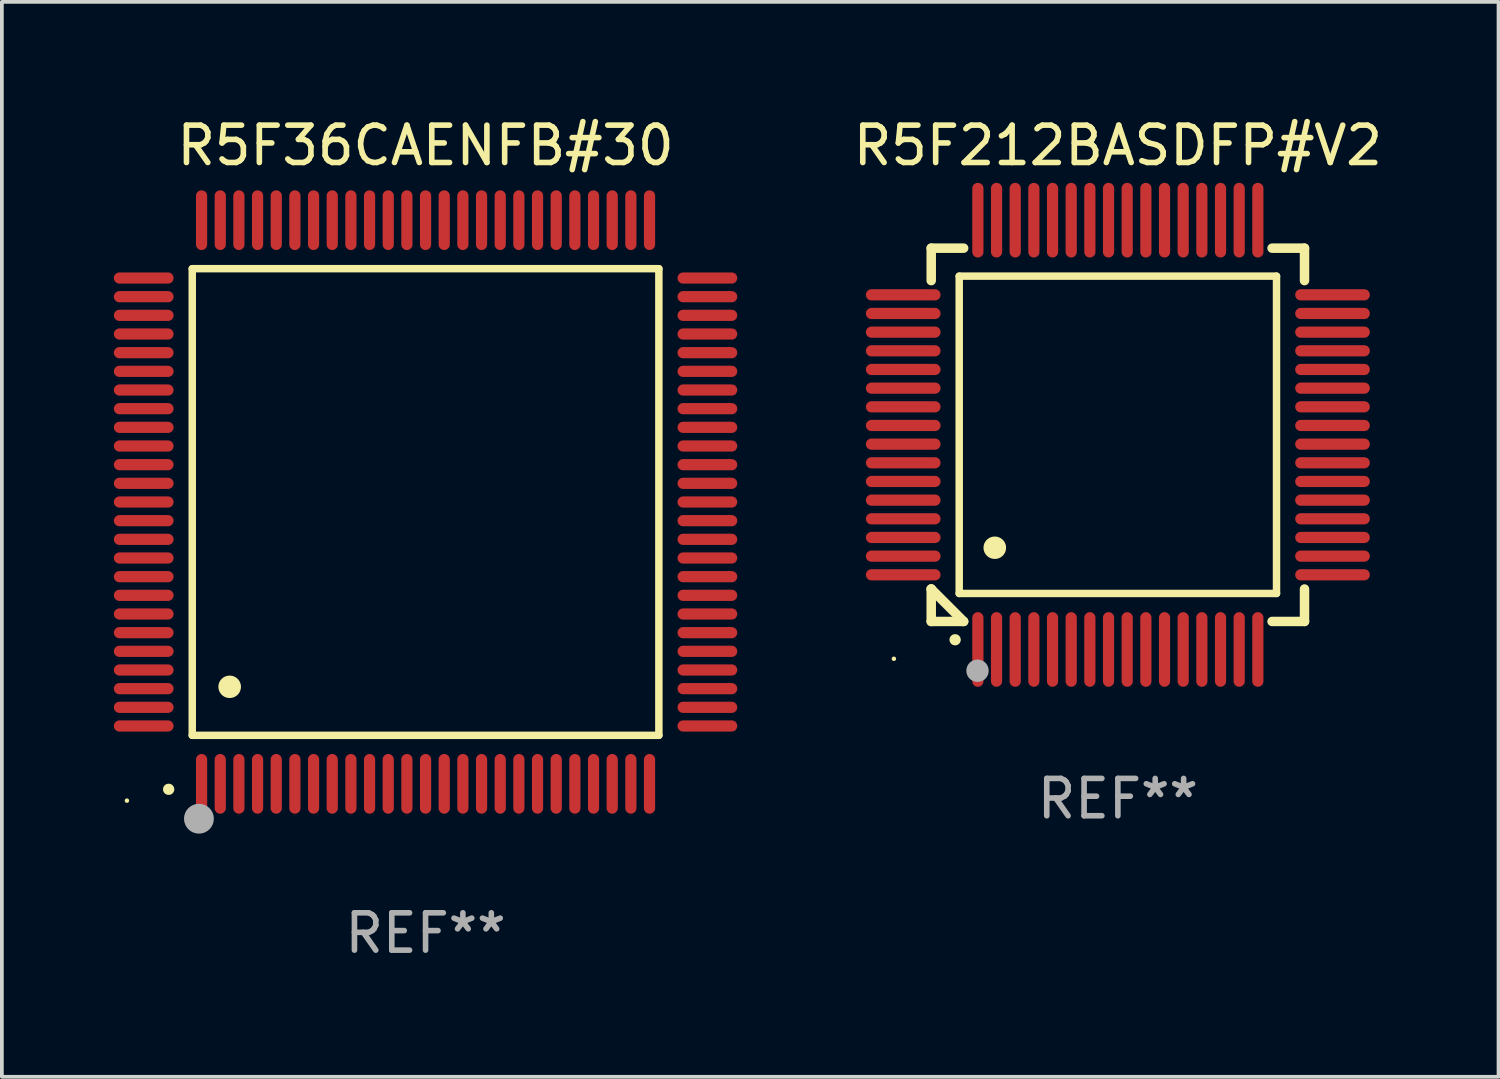
<source format=kicad_pcb>
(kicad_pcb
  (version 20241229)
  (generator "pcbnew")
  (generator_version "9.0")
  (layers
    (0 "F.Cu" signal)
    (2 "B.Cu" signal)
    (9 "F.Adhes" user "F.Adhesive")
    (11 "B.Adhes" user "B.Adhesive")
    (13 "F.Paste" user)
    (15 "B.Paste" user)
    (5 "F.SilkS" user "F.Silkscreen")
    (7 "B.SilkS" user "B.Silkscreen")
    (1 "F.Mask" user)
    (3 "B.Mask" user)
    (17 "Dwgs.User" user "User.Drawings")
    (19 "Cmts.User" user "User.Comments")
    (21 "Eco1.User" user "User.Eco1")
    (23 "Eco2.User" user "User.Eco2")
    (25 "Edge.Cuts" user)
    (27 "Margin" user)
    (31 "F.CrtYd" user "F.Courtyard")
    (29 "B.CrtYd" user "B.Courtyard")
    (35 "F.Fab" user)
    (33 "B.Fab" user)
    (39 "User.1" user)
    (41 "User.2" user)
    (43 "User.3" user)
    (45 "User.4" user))
  (footprint "R5F212BASDFP#V2"
    (layer "F.Cu")
    (at 26.896 8.598)
    (property "Reference" "R5F212BASDFP#V2" (at 0 -7.75 0) (layer "F.SilkS") (effects (font (size 1 1) (thickness 0.15))))
    (attr through_hole)
    (fp_line (start -5 -5) (end -4.131 -5) (stroke (width 0.254) (type solid)) (layer "F.SilkS"))
    (fp_line (start -5 -4.131) (end -5 -5) (stroke (width 0.254) (type solid)) (layer "F.SilkS"))
    (fp_line (start -5 4.131) (end -5 4.131) (stroke (width 0.254) (type solid)) (layer "F.SilkS"))
    (fp_line (start -5 5) (end -5 4.131) (stroke (width 0.254) (type solid)) (layer "F.SilkS"))
    (fp_line (start -5 4.131) (end -4.131 5) (stroke (width 0.254) (type solid)) (layer "F.SilkS"))
    (fp_line (start -4.25 -4.25) (end -4.25 4.25) (stroke (width 0.2) (type solid)) (layer "F.SilkS"))
    (fp_line (start -4.25 4.25) (end 4.25 4.25) (stroke (width 0.2) (type solid)) (layer "F.SilkS"))
    (fp_line (start -4.131 5) (end -5 5) (stroke (width 0.254) (type solid)) (layer "F.SilkS"))
    (fp_line (start 4.25 -4.25) (end -4.25 -4.25) (stroke (width 0.2) (type solid)) (layer "F.SilkS"))
    (fp_line (start 4.25 4.25) (end 4.25 -4.25) (stroke (width 0.2) (type solid)) (layer "F.SilkS"))
    (fp_line (start 5 -5) (end 4.131 -5) (stroke (width 0.254) (type solid)) (layer "F.SilkS"))
    (fp_line (start 5 -5) (end 5 -4.131) (stroke (width 0.254) (type solid)) (layer "F.SilkS"))
    (fp_line (start 5 4.131) (end 5 5) (stroke (width 0.254) (type solid)) (layer "F.SilkS"))
    (fp_line (start 5 5) (end 4.131 5) (stroke (width 0.254) (type solid)) (layer "F.SilkS"))
    (fp_arc (start -4.361265 5.489992) (mid -4.359995 5.489987) (end -4.358725 5.489992) (stroke (width 0.3) (type solid)) (layer "F.SilkS"))
    (fp_arc (start -3.299467 3.025146) (mid -3.296927 3.025135) (end -3.294387 3.025146) (stroke (width 0.6) (type solid)) (layer "F.SilkS"))
    (fp_circle (center -6 6) (end -5.97 6) (stroke (width 0.06) (type solid)) (fill no) (layer "F.SilkS"))
    (fp_circle (center -3.76 6.32) (end -3.61 6.32) (stroke (width 0.3) (type solid)) (fill no) (layer "F.Fab"))
    (fp_text user "REF**" (at 0 9.75 0) (layer "F.Fab") (effects (font (size 1 1) (thickness 0.15))))
    (pad "1" smd oval (at -3.75 5.75) (size 0.3 2) (layers "F.Cu" "F.Mask" "F.Paste"))
    (pad "2" smd oval (at -3.25 5.75) (size 0.3 2) (layers "F.Cu" "F.Mask" "F.Paste"))
    (pad "3" smd oval (at -2.75 5.75) (size 0.3 2) (layers "F.Cu" "F.Mask" "F.Paste"))
    (pad "4" smd oval (at -2.25 5.75) (size 0.3 2) (layers "F.Cu" "F.Mask" "F.Paste"))
    (pad "5" smd oval (at -1.75 5.75) (size 0.3 2) (layers "F.Cu" "F.Mask" "F.Paste"))
    (pad "6" smd oval (at -1.25 5.75) (size 0.3 2) (layers "F.Cu" "F.Mask" "F.Paste"))
    (pad "7" smd oval (at -0.75 5.75) (size 0.3 2) (layers "F.Cu" "F.Mask" "F.Paste"))
    (pad "8" smd oval (at -0.25 5.75) (size 0.3 2) (layers "F.Cu" "F.Mask" "F.Paste"))
    (pad "9" smd oval (at 0.25 5.75) (size 0.3 2) (layers "F.Cu" "F.Mask" "F.Paste"))
    (pad "10" smd oval (at 0.75 5.75) (size 0.3 2) (layers "F.Cu" "F.Mask" "F.Paste"))
    (pad "11" smd oval (at 1.25 5.75) (size 0.3 2) (layers "F.Cu" "F.Mask" "F.Paste"))
    (pad "12" smd oval (at 1.75 5.75) (size 0.3 2) (layers "F.Cu" "F.Mask" "F.Paste"))
    (pad "13" smd oval (at 2.25 5.75) (size 0.3 2) (layers "F.Cu" "F.Mask" "F.Paste"))
    (pad "14" smd oval (at 2.75 5.75) (size 0.3 2) (layers "F.Cu" "F.Mask" "F.Paste"))
    (pad "15" smd oval (at 3.25 5.75) (size 0.3 2) (layers "F.Cu" "F.Mask" "F.Paste"))
    (pad "16" smd oval (at 3.75 5.75) (size 0.3 2) (layers "F.Cu" "F.Mask" "F.Paste"))
    (pad "17" smd oval (at 5.75 3.75) (size 2 0.3) (layers "F.Cu" "F.Mask" "F.Paste"))
    (pad "18" smd oval (at 5.75 3.25) (size 2 0.3) (layers "F.Cu" "F.Mask" "F.Paste"))
    (pad "19" smd oval (at 5.75 2.75) (size 2 0.3) (layers "F.Cu" "F.Mask" "F.Paste"))
    (pad "20" smd oval (at 5.75 2.25) (size 2 0.3) (layers "F.Cu" "F.Mask" "F.Paste"))
    (pad "21" smd oval (at 5.75 1.75) (size 2 0.3) (layers "F.Cu" "F.Mask" "F.Paste"))
    (pad "22" smd oval (at 5.75 1.25) (size 2 0.3) (layers "F.Cu" "F.Mask" "F.Paste"))
    (pad "23" smd oval (at 5.75 0.75) (size 2 0.3) (layers "F.Cu" "F.Mask" "F.Paste"))
    (pad "24" smd oval (at 5.75 0.25) (size 2 0.3) (layers "F.Cu" "F.Mask" "F.Paste"))
    (pad "25" smd oval (at 5.75 -0.25) (size 2 0.3) (layers "F.Cu" "F.Mask" "F.Paste"))
    (pad "26" smd oval (at 5.75 -0.75) (size 2 0.3) (layers "F.Cu" "F.Mask" "F.Paste"))
    (pad "27" smd oval (at 5.75 -1.25) (size 2 0.3) (layers "F.Cu" "F.Mask" "F.Paste"))
    (pad "28" smd oval (at 5.75 -1.75) (size 2 0.3) (layers "F.Cu" "F.Mask" "F.Paste"))
    (pad "29" smd oval (at 5.75 -2.25) (size 2 0.3) (layers "F.Cu" "F.Mask" "F.Paste"))
    (pad "30" smd oval (at 5.75 -2.75) (size 2 0.3) (layers "F.Cu" "F.Mask" "F.Paste"))
    (pad "31" smd oval (at 5.75 -3.25) (size 2 0.3) (layers "F.Cu" "F.Mask" "F.Paste"))
    (pad "32" smd oval (at 5.75 -3.75) (size 2 0.3) (layers "F.Cu" "F.Mask" "F.Paste"))
    (pad "33" smd oval (at 3.75 -5.75) (size 0.3 2) (layers "F.Cu" "F.Mask" "F.Paste"))
    (pad "34" smd oval (at 3.25 -5.75) (size 0.3 2) (layers "F.Cu" "F.Mask" "F.Paste"))
    (pad "35" smd oval (at 2.75 -5.75) (size 0.3 2) (layers "F.Cu" "F.Mask" "F.Paste"))
    (pad "36" smd oval (at 2.25 -5.75) (size 0.3 2) (layers "F.Cu" "F.Mask" "F.Paste"))
    (pad "37" smd oval (at 1.75 -5.75) (size 0.3 2) (layers "F.Cu" "F.Mask" "F.Paste"))
    (pad "38" smd oval (at 1.25 -5.75) (size 0.3 2) (layers "F.Cu" "F.Mask" "F.Paste"))
    (pad "39" smd oval (at 0.75 -5.75) (size 0.3 2) (layers "F.Cu" "F.Mask" "F.Paste"))
    (pad "40" smd oval (at 0.25 -5.75) (size 0.3 2) (layers "F.Cu" "F.Mask" "F.Paste"))
    (pad "41" smd oval (at -0.25 -5.75) (size 0.3 2) (layers "F.Cu" "F.Mask" "F.Paste"))
    (pad "42" smd oval (at -0.75 -5.75) (size 0.3 2) (layers "F.Cu" "F.Mask" "F.Paste"))
    (pad "43" smd oval (at -1.25 -5.75) (size 0.3 2) (layers "F.Cu" "F.Mask" "F.Paste"))
    (pad "44" smd oval (at -1.75 -5.75) (size 0.3 2) (layers "F.Cu" "F.Mask" "F.Paste"))
    (pad "45" smd oval (at -2.25 -5.75) (size 0.3 2) (layers "F.Cu" "F.Mask" "F.Paste"))
    (pad "46" smd oval (at -2.75 -5.75) (size 0.3 2) (layers "F.Cu" "F.Mask" "F.Paste"))
    (pad "47" smd oval (at -3.25 -5.75) (size 0.3 2) (layers "F.Cu" "F.Mask" "F.Paste"))
    (pad "48" smd oval (at -3.75 -5.75) (size 0.3 2) (layers "F.Cu" "F.Mask" "F.Paste"))
    (pad "49" smd oval (at -5.75 -3.75) (size 2 0.3) (layers "F.Cu" "F.Mask" "F.Paste"))
    (pad "50" smd oval (at -5.75 -3.25) (size 2 0.3) (layers "F.Cu" "F.Mask" "F.Paste"))
    (pad "51" smd oval (at -5.75 -2.75) (size 2 0.3) (layers "F.Cu" "F.Mask" "F.Paste"))
    (pad "52" smd oval (at -5.75 -2.25) (size 2 0.3) (layers "F.Cu" "F.Mask" "F.Paste"))
    (pad "53" smd oval (at -5.75 -1.75) (size 2 0.3) (layers "F.Cu" "F.Mask" "F.Paste"))
    (pad "54" smd oval (at -5.75 -1.25) (size 2 0.3) (layers "F.Cu" "F.Mask" "F.Paste"))
    (pad "55" smd oval (at -5.75 -0.75) (size 2 0.3) (layers "F.Cu" "F.Mask" "F.Paste"))
    (pad "56" smd oval (at -5.75 -0.25) (size 2 0.3) (layers "F.Cu" "F.Mask" "F.Paste"))
    (pad "57" smd oval (at -5.75 0.25) (size 2 0.3) (layers "F.Cu" "F.Mask" "F.Paste"))
    (pad "58" smd oval (at -5.75 0.75) (size 2 0.3) (layers "F.Cu" "F.Mask" "F.Paste"))
    (pad "59" smd oval (at -5.75 1.25) (size 2 0.3) (layers "F.Cu" "F.Mask" "F.Paste"))
    (pad "60" smd oval (at -5.75 1.75) (size 2 0.3) (layers "F.Cu" "F.Mask" "F.Paste"))
    (pad "61" smd oval (at -5.75 2.25) (size 2 0.3) (layers "F.Cu" "F.Mask" "F.Paste"))
    (pad "62" smd oval (at -5.75 2.75) (size 2 0.3) (layers "F.Cu" "F.Mask" "F.Paste"))
    (pad "63" smd oval (at -5.75 3.25) (size 2 0.3) (layers "F.Cu" "F.Mask" "F.Paste"))
    (pad "64" smd oval (at -5.75 3.75) (size 2 0.3) (layers "F.Cu" "F.Mask" "F.Paste")))
  (footprint "R5F36CAENFB#30"
    (layer "F.Cu")
    (at 8.35 10.398)
    (property "Reference" "R5F36CAENFB#30" (at 0 -9.55 0) (layer "F.SilkS") (effects (font (size 1 1) (thickness 0.15))))
    (attr through_hole)
    (fp_line (start -6.25 -6.25) (end -6.25 6.25) (stroke (width 0.2) (type solid)) (layer "F.SilkS"))
    (fp_line (start -6.25 6.25) (end 6.25 6.25) (stroke (width 0.2) (type solid)) (layer "F.SilkS"))
    (fp_line (start 6.25 -6.25) (end -6.25 -6.25) (stroke (width 0.2) (type solid)) (layer "F.SilkS"))
    (fp_line (start 6.25 6.25) (end 6.25 -6.25) (stroke (width 0.2) (type solid)) (layer "F.SilkS"))
    (fp_arc (start -6.883414 7.696215) (mid -6.882144 7.69621) (end -6.880874 7.696215) (stroke (width 0.3) (type solid)) (layer "F.SilkS"))
    (fp_arc (start -5.250191 4.95047) (mid -5.247651 4.950459) (end -5.245111 4.95047) (stroke (width 0.6) (type solid)) (layer "F.SilkS"))
    (fp_circle (center -8 8) (end -7.97 8) (stroke (width 0.06) (type solid)) (fill no) (layer "F.SilkS"))
    (fp_circle (center -6.071 8.484) (end -5.871 8.484) (stroke (width 0.4) (type solid)) (fill no) (layer "F.Fab"))
    (fp_text user "REF**" (at 0 11.55 0) (layer "F.Fab") (effects (font (size 1 1) (thickness 0.15))))
    (pad "1" smd oval (at -6 7.55) (size 0.3 1.6) (layers "F.Cu" "F.Mask" "F.Paste"))
    (pad "2" smd oval (at -5.5 7.55) (size 0.3 1.6) (layers "F.Cu" "F.Mask" "F.Paste"))
    (pad "3" smd oval (at -5 7.55) (size 0.3 1.6) (layers "F.Cu" "F.Mask" "F.Paste"))
    (pad "4" smd oval (at -4.5 7.55) (size 0.3 1.6) (layers "F.Cu" "F.Mask" "F.Paste"))
    (pad "5" smd oval (at -4 7.55) (size 0.3 1.6) (layers "F.Cu" "F.Mask" "F.Paste"))
    (pad "6" smd oval (at -3.5 7.55) (size 0.3 1.6) (layers "F.Cu" "F.Mask" "F.Paste"))
    (pad "7" smd oval (at -3 7.55) (size 0.3 1.6) (layers "F.Cu" "F.Mask" "F.Paste"))
    (pad "8" smd oval (at -2.5 7.55) (size 0.3 1.6) (layers "F.Cu" "F.Mask" "F.Paste"))
    (pad "9" smd oval (at -2 7.55) (size 0.3 1.6) (layers "F.Cu" "F.Mask" "F.Paste"))
    (pad "10" smd oval (at -1.5 7.55) (size 0.3 1.6) (layers "F.Cu" "F.Mask" "F.Paste"))
    (pad "11" smd oval (at -1 7.55) (size 0.3 1.6) (layers "F.Cu" "F.Mask" "F.Paste"))
    (pad "12" smd oval (at -0.5 7.55) (size 0.3 1.6) (layers "F.Cu" "F.Mask" "F.Paste"))
    (pad "13" smd oval (at 0 7.55) (size 0.3 1.6) (layers "F.Cu" "F.Mask" "F.Paste"))
    (pad "14" smd oval (at 0.5 7.55) (size 0.3 1.6) (layers "F.Cu" "F.Mask" "F.Paste"))
    (pad "15" smd oval (at 1 7.55) (size 0.3 1.6) (layers "F.Cu" "F.Mask" "F.Paste"))
    (pad "16" smd oval (at 1.5 7.55) (size 0.3 1.6) (layers "F.Cu" "F.Mask" "F.Paste"))
    (pad "17" smd oval (at 2 7.55) (size 0.3 1.6) (layers "F.Cu" "F.Mask" "F.Paste"))
    (pad "18" smd oval (at 2.5 7.55) (size 0.3 1.6) (layers "F.Cu" "F.Mask" "F.Paste"))
    (pad "19" smd oval (at 3 7.55) (size 0.3 1.6) (layers "F.Cu" "F.Mask" "F.Paste"))
    (pad "20" smd oval (at 3.5 7.55) (size 0.3 1.6) (layers "F.Cu" "F.Mask" "F.Paste"))
    (pad "21" smd oval (at 4 7.55) (size 0.3 1.6) (layers "F.Cu" "F.Mask" "F.Paste"))
    (pad "22" smd oval (at 4.5 7.55) (size 0.3 1.6) (layers "F.Cu" "F.Mask" "F.Paste"))
    (pad "23" smd oval (at 5 7.55) (size 0.3 1.6) (layers "F.Cu" "F.Mask" "F.Paste"))
    (pad "24" smd oval (at 5.5 7.55) (size 0.3 1.6) (layers "F.Cu" "F.Mask" "F.Paste"))
    (pad "25" smd oval (at 6 7.55) (size 0.3 1.6) (layers "F.Cu" "F.Mask" "F.Paste"))
    (pad "26" smd oval (at 7.55 6) (size 1.6 0.3) (layers "F.Cu" "F.Mask" "F.Paste"))
    (pad "27" smd oval (at 7.55 5.5) (size 1.6 0.3) (layers "F.Cu" "F.Mask" "F.Paste"))
    (pad "28" smd oval (at 7.55 5) (size 1.6 0.3) (layers "F.Cu" "F.Mask" "F.Paste"))
    (pad "29" smd oval (at 7.55 4.5) (size 1.6 0.3) (layers "F.Cu" "F.Mask" "F.Paste"))
    (pad "30" smd oval (at 7.55 4) (size 1.6 0.3) (layers "F.Cu" "F.Mask" "F.Paste"))
    (pad "31" smd oval (at 7.55 3.5) (size 1.6 0.3) (layers "F.Cu" "F.Mask" "F.Paste"))
    (pad "32" smd oval (at 7.55 3) (size 1.6 0.3) (layers "F.Cu" "F.Mask" "F.Paste"))
    (pad "33" smd oval (at 7.55 2.5) (size 1.6 0.3) (layers "F.Cu" "F.Mask" "F.Paste"))
    (pad "34" smd oval (at 7.55 2) (size 1.6 0.3) (layers "F.Cu" "F.Mask" "F.Paste"))
    (pad "35" smd oval (at 7.55 1.5) (size 1.6 0.3) (layers "F.Cu" "F.Mask" "F.Paste"))
    (pad "36" smd oval (at 7.55 1) (size 1.6 0.3) (layers "F.Cu" "F.Mask" "F.Paste"))
    (pad "37" smd oval (at 7.55 0.5) (size 1.6 0.3) (layers "F.Cu" "F.Mask" "F.Paste"))
    (pad "38" smd oval (at 7.55 0) (size 1.6 0.3) (layers "F.Cu" "F.Mask" "F.Paste"))
    (pad "39" smd oval (at 7.55 -0.5) (size 1.6 0.3) (layers "F.Cu" "F.Mask" "F.Paste"))
    (pad "40" smd oval (at 7.55 -1) (size 1.6 0.3) (layers "F.Cu" "F.Mask" "F.Paste"))
    (pad "41" smd oval (at 7.55 -1.5) (size 1.6 0.3) (layers "F.Cu" "F.Mask" "F.Paste"))
    (pad "42" smd oval (at 7.55 -2) (size 1.6 0.3) (layers "F.Cu" "F.Mask" "F.Paste"))
    (pad "43" smd oval (at 7.55 -2.5) (size 1.6 0.3) (layers "F.Cu" "F.Mask" "F.Paste"))
    (pad "44" smd oval (at 7.55 -3) (size 1.6 0.3) (layers "F.Cu" "F.Mask" "F.Paste"))
    (pad "45" smd oval (at 7.55 -3.5) (size 1.6 0.3) (layers "F.Cu" "F.Mask" "F.Paste"))
    (pad "46" smd oval (at 7.55 -4) (size 1.6 0.3) (layers "F.Cu" "F.Mask" "F.Paste"))
    (pad "47" smd oval (at 7.55 -4.5) (size 1.6 0.3) (layers "F.Cu" "F.Mask" "F.Paste"))
    (pad "48" smd oval (at 7.55 -5) (size 1.6 0.3) (layers "F.Cu" "F.Mask" "F.Paste"))
    (pad "49" smd oval (at 7.55 -5.5) (size 1.6 0.3) (layers "F.Cu" "F.Mask" "F.Paste"))
    (pad "50" smd oval (at 7.55 -6) (size 1.6 0.3) (layers "F.Cu" "F.Mask" "F.Paste"))
    (pad "51" smd oval (at 6 -7.55) (size 0.3 1.6) (layers "F.Cu" "F.Mask" "F.Paste"))
    (pad "52" smd oval (at 5.5 -7.55) (size 0.3 1.6) (layers "F.Cu" "F.Mask" "F.Paste"))
    (pad "53" smd oval (at 5 -7.55) (size 0.3 1.6) (layers "F.Cu" "F.Mask" "F.Paste"))
    (pad "54" smd oval (at 4.5 -7.55) (size 0.3 1.6) (layers "F.Cu" "F.Mask" "F.Paste"))
    (pad "55" smd oval (at 4 -7.55) (size 0.3 1.6) (layers "F.Cu" "F.Mask" "F.Paste"))
    (pad "56" smd oval (at 3.5 -7.55) (size 0.3 1.6) (layers "F.Cu" "F.Mask" "F.Paste"))
    (pad "57" smd oval (at 3 -7.55) (size 0.3 1.6) (layers "F.Cu" "F.Mask" "F.Paste"))
    (pad "58" smd oval (at 2.5 -7.55) (size 0.3 1.6) (layers "F.Cu" "F.Mask" "F.Paste"))
    (pad "59" smd oval (at 2 -7.55) (size 0.3 1.6) (layers "F.Cu" "F.Mask" "F.Paste"))
    (pad "60" smd oval (at 1.5 -7.55) (size 0.3 1.6) (layers "F.Cu" "F.Mask" "F.Paste"))
    (pad "61" smd oval (at 1 -7.55) (size 0.3 1.6) (layers "F.Cu" "F.Mask" "F.Paste"))
    (pad "62" smd oval (at 0.5 -7.55) (size 0.3 1.6) (layers "F.Cu" "F.Mask" "F.Paste"))
    (pad "63" smd oval (at 0 -7.55) (size 0.3 1.6) (layers "F.Cu" "F.Mask" "F.Paste"))
    (pad "64" smd oval (at -0.5 -7.55) (size 0.3 1.6) (layers "F.Cu" "F.Mask" "F.Paste"))
    (pad "65" smd oval (at -1 -7.55) (size 0.3 1.6) (layers "F.Cu" "F.Mask" "F.Paste"))
    (pad "66" smd oval (at -1.5 -7.55) (size 0.3 1.6) (layers "F.Cu" "F.Mask" "F.Paste"))
    (pad "67" smd oval (at -2 -7.55) (size 0.3 1.6) (layers "F.Cu" "F.Mask" "F.Paste"))
    (pad "68" smd oval (at -2.5 -7.55) (size 0.3 1.6) (layers "F.Cu" "F.Mask" "F.Paste"))
    (pad "69" smd oval (at -3 -7.55) (size 0.3 1.6) (layers "F.Cu" "F.Mask" "F.Paste"))
    (pad "70" smd oval (at -3.5 -7.55) (size 0.3 1.6) (layers "F.Cu" "F.Mask" "F.Paste"))
    (pad "71" smd oval (at -4 -7.55) (size 0.3 1.6) (layers "F.Cu" "F.Mask" "F.Paste"))
    (pad "72" smd oval (at -4.5 -7.55) (size 0.3 1.6) (layers "F.Cu" "F.Mask" "F.Paste"))
    (pad "73" smd oval (at -5 -7.55) (size 0.3 1.6) (layers "F.Cu" "F.Mask" "F.Paste"))
    (pad "74" smd oval (at -5.5 -7.55) (size 0.3 1.6) (layers "F.Cu" "F.Mask" "F.Paste"))
    (pad "75" smd oval (at -6 -7.55) (size 0.3 1.6) (layers "F.Cu" "F.Mask" "F.Paste"))
    (pad "76" smd oval (at -7.55 -6) (size 1.6 0.3) (layers "F.Cu" "F.Mask" "F.Paste"))
    (pad "77" smd oval (at -7.55 -5.5) (size 1.6 0.3) (layers "F.Cu" "F.Mask" "F.Paste"))
    (pad "78" smd oval (at -7.55 -5) (size 1.6 0.3) (layers "F.Cu" "F.Mask" "F.Paste"))
    (pad "79" smd oval (at -7.55 -4.5) (size 1.6 0.3) (layers "F.Cu" "F.Mask" "F.Paste"))
    (pad "80" smd oval (at -7.55 -4) (size 1.6 0.3) (layers "F.Cu" "F.Mask" "F.Paste"))
    (pad "81" smd oval (at -7.55 -3.5) (size 1.6 0.3) (layers "F.Cu" "F.Mask" "F.Paste"))
    (pad "82" smd oval (at -7.55 -3) (size 1.6 0.3) (layers "F.Cu" "F.Mask" "F.Paste"))
    (pad "83" smd oval (at -7.55 -2.5) (size 1.6 0.3) (layers "F.Cu" "F.Mask" "F.Paste"))
    (pad "84" smd oval (at -7.55 -2) (size 1.6 0.3) (layers "F.Cu" "F.Mask" "F.Paste"))
    (pad "85" smd oval (at -7.55 -1.5) (size 1.6 0.3) (layers "F.Cu" "F.Mask" "F.Paste"))
    (pad "86" smd oval (at -7.55 -1) (size 1.6 0.3) (layers "F.Cu" "F.Mask" "F.Paste"))
    (pad "87" smd oval (at -7.55 -0.5) (size 1.6 0.3) (layers "F.Cu" "F.Mask" "F.Paste"))
    (pad "88" smd oval (at -7.55 0) (size 1.6 0.3) (layers "F.Cu" "F.Mask" "F.Paste"))
    (pad "89" smd oval (at -7.55 0.5) (size 1.6 0.3) (layers "F.Cu" "F.Mask" "F.Paste"))
    (pad "90" smd oval (at -7.55 1) (size 1.6 0.3) (layers "F.Cu" "F.Mask" "F.Paste"))
    (pad "91" smd oval (at -7.55 1.5) (size 1.6 0.3) (layers "F.Cu" "F.Mask" "F.Paste"))
    (pad "92" smd oval (at -7.55 2) (size 1.6 0.3) (layers "F.Cu" "F.Mask" "F.Paste"))
    (pad "93" smd oval (at -7.55 2.5) (size 1.6 0.3) (layers "F.Cu" "F.Mask" "F.Paste"))
    (pad "94" smd oval (at -7.55 3) (size 1.6 0.3) (layers "F.Cu" "F.Mask" "F.Paste"))
    (pad "95" smd oval (at -7.55 3.5) (size 1.6 0.3) (layers "F.Cu" "F.Mask" "F.Paste"))
    (pad "96" smd oval (at -7.55 4) (size 1.6 0.3) (layers "F.Cu" "F.Mask" "F.Paste"))
    (pad "97" smd oval (at -7.55 4.5) (size 1.6 0.3) (layers "F.Cu" "F.Mask" "F.Paste"))
    (pad "98" smd oval (at -7.55 5) (size 1.6 0.3) (layers "F.Cu" "F.Mask" "F.Paste"))
    (pad "99" smd oval (at -7.55 5.5) (size 1.6 0.3) (layers "F.Cu" "F.Mask" "F.Paste"))
    (pad "100" smd oval (at -7.55 6) (size 1.6 0.3) (layers "F.Cu" "F.Mask" "F.Paste")))
  (gr_rect
    (start -3 -3)
    (end 37.093 25.796)
    (stroke (width 0.1) (type default))
    (fill no)
    (layer "Edge.Cuts")))
</source>
